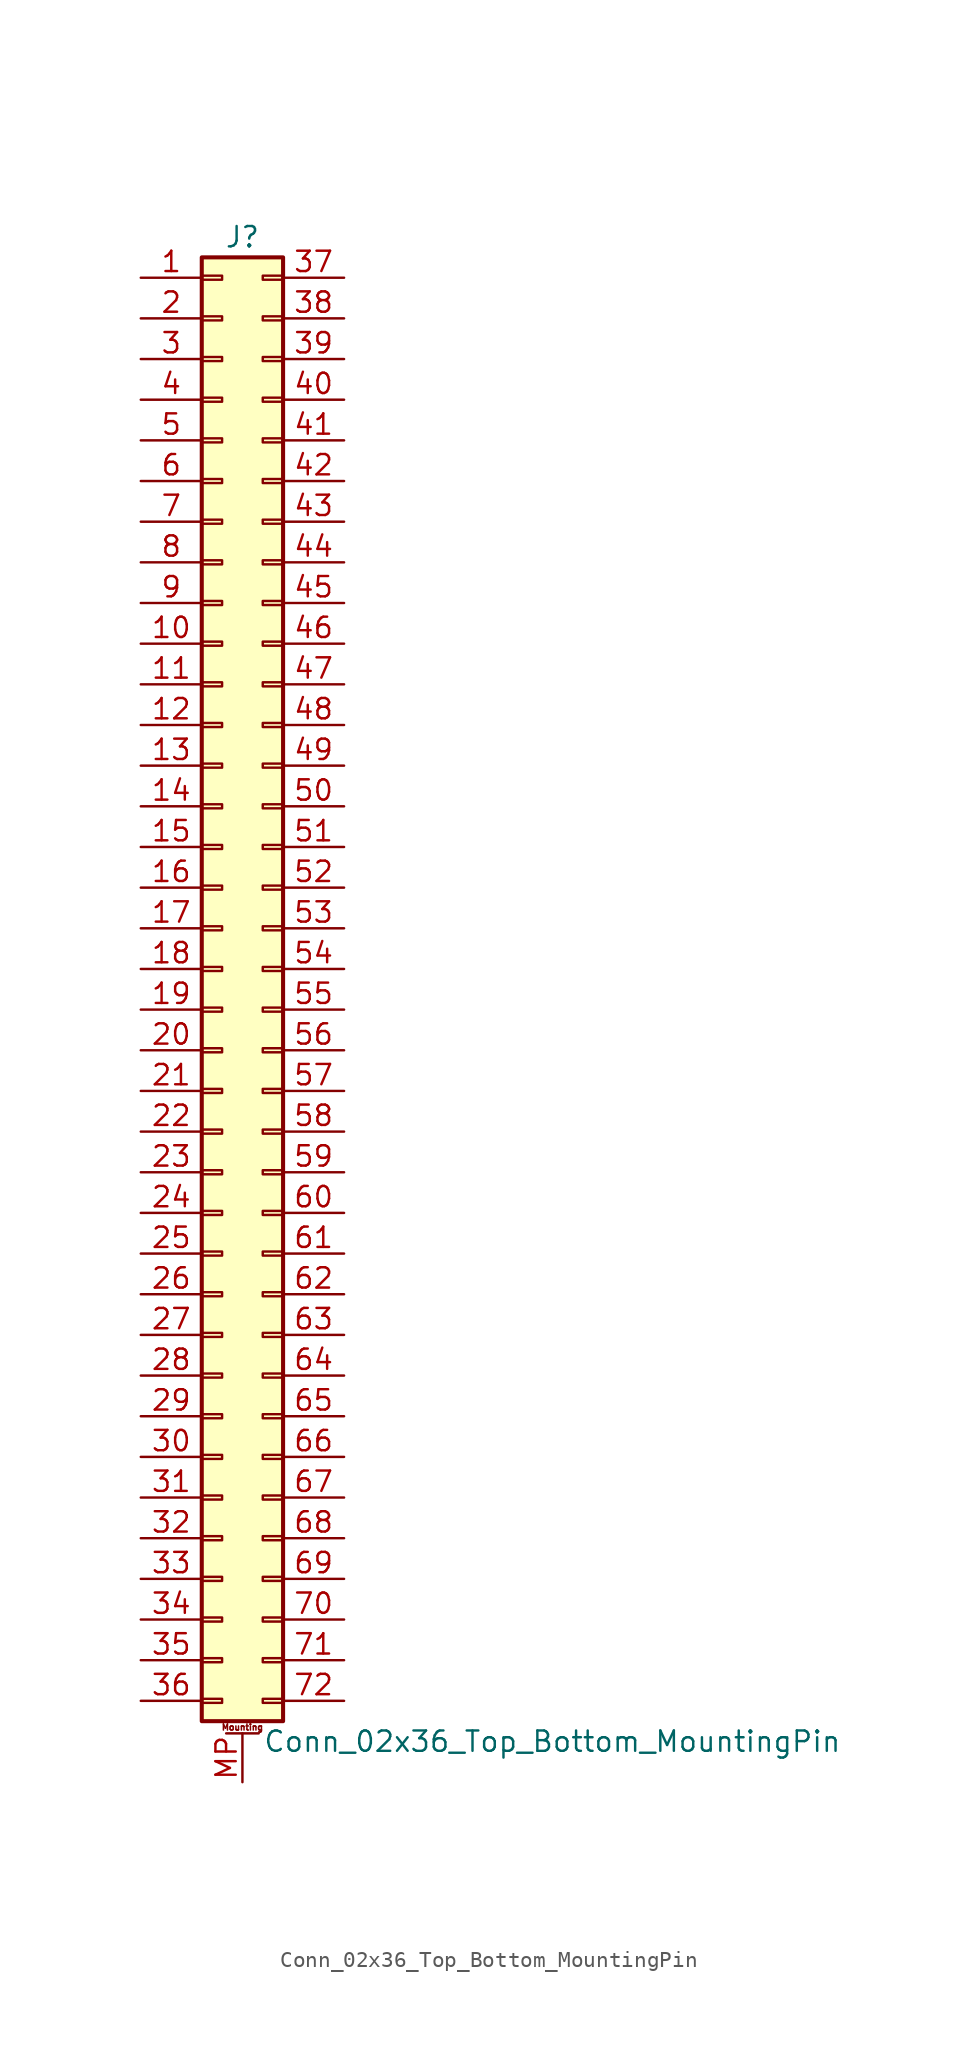
<source format=kicad_sym>
(kicad_symbol_lib
  (version 20211014)
  (generator kicad_symbol_editor)
  (symbol "Conn_02x36_Top_Bottom_MountingPin"
    (pin_names
      (offset 1.016) hide)
    (property "Reference" "J"
      (at 1.27 45.72 0)
      (effects (font (size 1.27 1.27))))
    (property "Value" "Conn_02x36_Top_Bottom_MountingPin"
      (at 2.54 -48.26 0)
      (effects (font (size 1.27 1.27)) (justify left)))
    (symbol "Conn_02x36_Top_Bottom_MountingPin_1_1"
      (rectangle (start -1.27 -45.593) (end 0 -45.847) (stroke (width 0.152) (type default) (color 0 0 0 0)) (fill (type none)))
      (rectangle (start -1.27 -43.053) (end 0 -43.307) (stroke (width 0.152) (type default) (color 0 0 0 0)) (fill (type none)))
      (rectangle (start -1.27 -40.513) (end 0 -40.767) (stroke (width 0.152) (type default) (color 0 0 0 0)) (fill (type none)))
      (rectangle (start -1.27 -37.973) (end 0 -38.227) (stroke (width 0.152) (type default) (color 0 0 0 0)) (fill (type none)))
      (rectangle (start -1.27 -35.433) (end 0 -35.687) (stroke (width 0.152) (type default) (color 0 0 0 0)) (fill (type none)))
      (rectangle (start -1.27 -32.893) (end 0 -33.147) (stroke (width 0.152) (type default) (color 0 0 0 0)) (fill (type none)))
      (rectangle (start -1.27 -30.353) (end 0 -30.607) (stroke (width 0.152) (type default) (color 0 0 0 0)) (fill (type none)))
      (rectangle (start -1.27 -27.813) (end 0 -28.067) (stroke (width 0.152) (type default) (color 0 0 0 0)) (fill (type none)))
      (rectangle (start -1.27 -25.273) (end 0 -25.527) (stroke (width 0.152) (type default) (color 0 0 0 0)) (fill (type none)))
      (rectangle (start -1.27 -22.733) (end 0 -22.987) (stroke (width 0.152) (type default) (color 0 0 0 0)) (fill (type none)))
      (rectangle (start -1.27 -20.193) (end 0 -20.447) (stroke (width 0.152) (type default) (color 0 0 0 0)) (fill (type none)))
      (rectangle (start -1.27 -17.653) (end 0 -17.907) (stroke (width 0.152) (type default) (color 0 0 0 0)) (fill (type none)))
      (rectangle (start -1.27 -15.113) (end 0 -15.367) (stroke (width 0.152) (type default) (color 0 0 0 0)) (fill (type none)))
      (rectangle (start -1.27 -12.573) (end 0 -12.827) (stroke (width 0.152) (type default) (color 0 0 0 0)) (fill (type none)))
      (rectangle (start -1.27 -10.033) (end 0 -10.287) (stroke (width 0.152) (type default) (color 0 0 0 0)) (fill (type none)))
      (rectangle (start -1.27 -7.493) (end 0 -7.747) (stroke (width 0.152) (type default) (color 0 0 0 0)) (fill (type none)))
      (rectangle (start -1.27 -4.953) (end 0 -5.207) (stroke (width 0.152) (type default) (color 0 0 0 0)) (fill (type none)))
      (rectangle (start -1.27 -2.413) (end 0 -2.667) (stroke (width 0.152) (type default) (color 0 0 0 0)) (fill (type none)))
      (rectangle (start -1.27 0.127) (end 0 -0.127) (stroke (width 0.152) (type default) (color 0 0 0 0)) (fill (type none)))
      (rectangle (start -1.27 2.667) (end 0 2.413) (stroke (width 0.152) (type default) (color 0 0 0 0)) (fill (type none)))
      (rectangle (start -1.27 5.207) (end 0 4.953) (stroke (width 0.152) (type default) (color 0 0 0 0)) (fill (type none)))
      (rectangle (start -1.27 7.747) (end 0 7.493) (stroke (width 0.152) (type default) (color 0 0 0 0)) (fill (type none)))
      (rectangle (start -1.27 10.287) (end 0 10.033) (stroke (width 0.152) (type default) (color 0 0 0 0)) (fill (type none)))
      (rectangle (start -1.27 12.827) (end 0 12.573) (stroke (width 0.152) (type default) (color 0 0 0 0)) (fill (type none)))
      (rectangle (start -1.27 15.367) (end 0 15.113) (stroke (width 0.152) (type default) (color 0 0 0 0)) (fill (type none)))
      (rectangle (start -1.27 17.907) (end 0 17.653) (stroke (width 0.152) (type default) (color 0 0 0 0)) (fill (type none)))
      (rectangle (start -1.27 20.447) (end 0 20.193) (stroke (width 0.152) (type default) (color 0 0 0 0)) (fill (type none)))
      (rectangle (start -1.27 22.987) (end 0 22.733) (stroke (width 0.152) (type default) (color 0 0 0 0)) (fill (type none)))
      (rectangle (start -1.27 25.527) (end 0 25.273) (stroke (width 0.152) (type default) (color 0 0 0 0)) (fill (type none)))
      (rectangle (start -1.27 28.067) (end 0 27.813) (stroke (width 0.152) (type default) (color 0 0 0 0)) (fill (type none)))
      (rectangle (start -1.27 30.607) (end 0 30.353) (stroke (width 0.152) (type default) (color 0 0 0 0)) (fill (type none)))
      (rectangle (start -1.27 33.147) (end 0 32.893) (stroke (width 0.152) (type default) (color 0 0 0 0)) (fill (type none)))
      (rectangle (start -1.27 35.687) (end 0 35.433) (stroke (width 0.152) (type default) (color 0 0 0 0)) (fill (type none)))
      (rectangle (start -1.27 38.227) (end 0 37.973) (stroke (width 0.152) (type default) (color 0 0 0 0)) (fill (type none)))
      (rectangle (start -1.27 40.767) (end 0 40.513) (stroke (width 0.152) (type default) (color 0 0 0 0)) (fill (type none)))
      (rectangle (start -1.27 43.307) (end 0 43.053) (stroke (width 0.152) (type default) (color 0 0 0 0)) (fill (type none)))
      (rectangle (start -1.27 44.45) (end 3.81 -46.99) (stroke (width 0.254) (type default) (color 0 0 0 0)) (fill (type background)))
      (polyline (pts (xy 0.254 -47.752) (xy 2.286 -47.752)) (stroke (width 0.152) (type default) (color 0 0 0 0)) (fill (type none)))
      (rectangle (start 3.81 -45.593) (end 2.54 -45.847) (stroke (width 0.152) (type default) (color 0 0 0 0)) (fill (type none)))
      (rectangle (start 3.81 -43.053) (end 2.54 -43.307) (stroke (width 0.152) (type default) (color 0 0 0 0)) (fill (type none)))
      (rectangle (start 3.81 -40.513) (end 2.54 -40.767) (stroke (width 0.152) (type default) (color 0 0 0 0)) (fill (type none)))
      (rectangle (start 3.81 -37.973) (end 2.54 -38.227) (stroke (width 0.152) (type default) (color 0 0 0 0)) (fill (type none)))
      (rectangle (start 3.81 -35.433) (end 2.54 -35.687) (stroke (width 0.152) (type default) (color 0 0 0 0)) (fill (type none)))
      (rectangle (start 3.81 -32.893) (end 2.54 -33.147) (stroke (width 0.152) (type default) (color 0 0 0 0)) (fill (type none)))
      (rectangle (start 3.81 -30.353) (end 2.54 -30.607) (stroke (width 0.152) (type default) (color 0 0 0 0)) (fill (type none)))
      (rectangle (start 3.81 -27.813) (end 2.54 -28.067) (stroke (width 0.152) (type default) (color 0 0 0 0)) (fill (type none)))
      (rectangle (start 3.81 -25.273) (end 2.54 -25.527) (stroke (width 0.152) (type default) (color 0 0 0 0)) (fill (type none)))
      (rectangle (start 3.81 -22.733) (end 2.54 -22.987) (stroke (width 0.152) (type default) (color 0 0 0 0)) (fill (type none)))
      (rectangle (start 3.81 -20.193) (end 2.54 -20.447) (stroke (width 0.152) (type default) (color 0 0 0 0)) (fill (type none)))
      (rectangle (start 3.81 -17.653) (end 2.54 -17.907) (stroke (width 0.152) (type default) (color 0 0 0 0)) (fill (type none)))
      (rectangle (start 3.81 -15.113) (end 2.54 -15.367) (stroke (width 0.152) (type default) (color 0 0 0 0)) (fill (type none)))
      (rectangle (start 3.81 -12.573) (end 2.54 -12.827) (stroke (width 0.152) (type default) (color 0 0 0 0)) (fill (type none)))
      (rectangle (start 3.81 -10.033) (end 2.54 -10.287) (stroke (width 0.152) (type default) (color 0 0 0 0)) (fill (type none)))
      (rectangle (start 3.81 -7.493) (end 2.54 -7.747) (stroke (width 0.152) (type default) (color 0 0 0 0)) (fill (type none)))
      (rectangle (start 3.81 -4.953) (end 2.54 -5.207) (stroke (width 0.152) (type default) (color 0 0 0 0)) (fill (type none)))
      (rectangle (start 3.81 -2.413) (end 2.54 -2.667) (stroke (width 0.152) (type default) (color 0 0 0 0)) (fill (type none)))
      (rectangle (start 3.81 0.127) (end 2.54 -0.127) (stroke (width 0.152) (type default) (color 0 0 0 0)) (fill (type none)))
      (rectangle (start 3.81 2.667) (end 2.54 2.413) (stroke (width 0.152) (type default) (color 0 0 0 0)) (fill (type none)))
      (rectangle (start 3.81 5.207) (end 2.54 4.953) (stroke (width 0.152) (type default) (color 0 0 0 0)) (fill (type none)))
      (rectangle (start 3.81 7.747) (end 2.54 7.493) (stroke (width 0.152) (type default) (color 0 0 0 0)) (fill (type none)))
      (rectangle (start 3.81 10.287) (end 2.54 10.033) (stroke (width 0.152) (type default) (color 0 0 0 0)) (fill (type none)))
      (rectangle (start 3.81 12.827) (end 2.54 12.573) (stroke (width 0.152) (type default) (color 0 0 0 0)) (fill (type none)))
      (rectangle (start 3.81 15.367) (end 2.54 15.113) (stroke (width 0.152) (type default) (color 0 0 0 0)) (fill (type none)))
      (rectangle (start 3.81 17.907) (end 2.54 17.653) (stroke (width 0.152) (type default) (color 0 0 0 0)) (fill (type none)))
      (rectangle (start 3.81 20.447) (end 2.54 20.193) (stroke (width 0.152) (type default) (color 0 0 0 0)) (fill (type none)))
      (rectangle (start 3.81 22.987) (end 2.54 22.733) (stroke (width 0.152) (type default) (color 0 0 0 0)) (fill (type none)))
      (rectangle (start 3.81 25.527) (end 2.54 25.273) (stroke (width 0.152) (type default) (color 0 0 0 0)) (fill (type none)))
      (rectangle (start 3.81 28.067) (end 2.54 27.813) (stroke (width 0.152) (type default) (color 0 0 0 0)) (fill (type none)))
      (rectangle (start 3.81 30.607) (end 2.54 30.353) (stroke (width 0.152) (type default) (color 0 0 0 0)) (fill (type none)))
      (rectangle (start 3.81 33.147) (end 2.54 32.893) (stroke (width 0.152) (type default) (color 0 0 0 0)) (fill (type none)))
      (rectangle (start 3.81 35.687) (end 2.54 35.433) (stroke (width 0.152) (type default) (color 0 0 0 0)) (fill (type none)))
      (rectangle (start 3.81 38.227) (end 2.54 37.973) (stroke (width 0.152) (type default) (color 0 0 0 0)) (fill (type none)))
      (rectangle (start 3.81 40.767) (end 2.54 40.513) (stroke (width 0.152) (type default) (color 0 0 0 0)) (fill (type none)))
      (rectangle (start 3.81 43.307) (end 2.54 43.053) (stroke (width 0.152) (type default) (color 0 0 0 0)) (fill (type none)))
      (text "Mounting" (at 1.27 -47.371 0) (effects (font (size 0.381 0.381))))
      (pin passive line (at -5.08 43.18 0) (length 3.81) (name "Pin_1" (effects (font (size 1.27 1.27)))) (number "1" (effects (font (size 1.27 1.27)))))
      (pin passive line (at -5.08 20.32 0) (length 3.81) (name "Pin_10" (effects (font (size 1.27 1.27)))) (number "10" (effects (font (size 1.27 1.27)))))
      (pin passive line (at -5.08 17.78 0) (length 3.81) (name "Pin_11" (effects (font (size 1.27 1.27)))) (number "11" (effects (font (size 1.27 1.27)))))
      (pin passive line (at -5.08 15.24 0) (length 3.81) (name "Pin_12" (effects (font (size 1.27 1.27)))) (number "12" (effects (font (size 1.27 1.27)))))
      (pin passive line (at -5.08 12.7 0) (length 3.81) (name "Pin_13" (effects (font (size 1.27 1.27)))) (number "13" (effects (font (size 1.27 1.27)))))
      (pin passive line (at -5.08 10.16 0) (length 3.81) (name "Pin_14" (effects (font (size 1.27 1.27)))) (number "14" (effects (font (size 1.27 1.27)))))
      (pin passive line (at -5.08 7.62 0) (length 3.81) (name "Pin_15" (effects (font (size 1.27 1.27)))) (number "15" (effects (font (size 1.27 1.27)))))
      (pin passive line (at -5.08 5.08 0) (length 3.81) (name "Pin_16" (effects (font (size 1.27 1.27)))) (number "16" (effects (font (size 1.27 1.27)))))
      (pin passive line (at -5.08 2.54 0) (length 3.81) (name "Pin_17" (effects (font (size 1.27 1.27)))) (number "17" (effects (font (size 1.27 1.27)))))
      (pin passive line (at -5.08 0 0) (length 3.81) (name "Pin_18" (effects (font (size 1.27 1.27)))) (number "18" (effects (font (size 1.27 1.27)))))
      (pin passive line (at -5.08 -2.54 0) (length 3.81) (name "Pin_19" (effects (font (size 1.27 1.27)))) (number "19" (effects (font (size 1.27 1.27)))))
      (pin passive line (at -5.08 40.64 0) (length 3.81) (name "Pin_2" (effects (font (size 1.27 1.27)))) (number "2" (effects (font (size 1.27 1.27)))))
      (pin passive line (at -5.08 -5.08 0) (length 3.81) (name "Pin_20" (effects (font (size 1.27 1.27)))) (number "20" (effects (font (size 1.27 1.27)))))
      (pin passive line (at -5.08 -7.62 0) (length 3.81) (name "Pin_21" (effects (font (size 1.27 1.27)))) (number "21" (effects (font (size 1.27 1.27)))))
      (pin passive line (at -5.08 -10.16 0) (length 3.81) (name "Pin_22" (effects (font (size 1.27 1.27)))) (number "22" (effects (font (size 1.27 1.27)))))
      (pin passive line (at -5.08 -12.7 0) (length 3.81) (name "Pin_23" (effects (font (size 1.27 1.27)))) (number "23" (effects (font (size 1.27 1.27)))))
      (pin passive line (at -5.08 -15.24 0) (length 3.81) (name "Pin_24" (effects (font (size 1.27 1.27)))) (number "24" (effects (font (size 1.27 1.27)))))
      (pin passive line (at -5.08 -17.78 0) (length 3.81) (name "Pin_25" (effects (font (size 1.27 1.27)))) (number "25" (effects (font (size 1.27 1.27)))))
      (pin passive line (at -5.08 -20.32 0) (length 3.81) (name "Pin_26" (effects (font (size 1.27 1.27)))) (number "26" (effects (font (size 1.27 1.27)))))
      (pin passive line (at -5.08 -22.86 0) (length 3.81) (name "Pin_27" (effects (font (size 1.27 1.27)))) (number "27" (effects (font (size 1.27 1.27)))))
      (pin passive line (at -5.08 -25.4 0) (length 3.81) (name "Pin_28" (effects (font (size 1.27 1.27)))) (number "28" (effects (font (size 1.27 1.27)))))
      (pin passive line (at -5.08 -27.94 0) (length 3.81) (name "Pin_29" (effects (font (size 1.27 1.27)))) (number "29" (effects (font (size 1.27 1.27)))))
      (pin passive line (at -5.08 38.1 0) (length 3.81) (name "Pin_3" (effects (font (size 1.27 1.27)))) (number "3" (effects (font (size 1.27 1.27)))))
      (pin passive line (at -5.08 -30.48 0) (length 3.81) (name "Pin_30" (effects (font (size 1.27 1.27)))) (number "30" (effects (font (size 1.27 1.27)))))
      (pin passive line (at -5.08 -33.02 0) (length 3.81) (name "Pin_31" (effects (font (size 1.27 1.27)))) (number "31" (effects (font (size 1.27 1.27)))))
      (pin passive line (at -5.08 -35.56 0) (length 3.81) (name "Pin_32" (effects (font (size 1.27 1.27)))) (number "32" (effects (font (size 1.27 1.27)))))
      (pin passive line (at -5.08 -38.1 0) (length 3.81) (name "Pin_33" (effects (font (size 1.27 1.27)))) (number "33" (effects (font (size 1.27 1.27)))))
      (pin passive line (at -5.08 -40.64 0) (length 3.81) (name "Pin_34" (effects (font (size 1.27 1.27)))) (number "34" (effects (font (size 1.27 1.27)))))
      (pin passive line (at -5.08 -43.18 0) (length 3.81) (name "Pin_35" (effects (font (size 1.27 1.27)))) (number "35" (effects (font (size 1.27 1.27)))))
      (pin passive line (at -5.08 -45.72 0) (length 3.81) (name "Pin_36" (effects (font (size 1.27 1.27)))) (number "36" (effects (font (size 1.27 1.27)))))
      (pin passive line (at 7.62 43.18 180) (length 3.81) (name "Pin_37" (effects (font (size 1.27 1.27)))) (number "37" (effects (font (size 1.27 1.27)))))
      (pin passive line (at 7.62 40.64 180) (length 3.81) (name "Pin_38" (effects (font (size 1.27 1.27)))) (number "38" (effects (font (size 1.27 1.27)))))
      (pin passive line (at 7.62 38.1 180) (length 3.81) (name "Pin_39" (effects (font (size 1.27 1.27)))) (number "39" (effects (font (size 1.27 1.27)))))
      (pin passive line (at -5.08 35.56 0) (length 3.81) (name "Pin_4" (effects (font (size 1.27 1.27)))) (number "4" (effects (font (size 1.27 1.27)))))
      (pin passive line (at 7.62 35.56 180) (length 3.81) (name "Pin_40" (effects (font (size 1.27 1.27)))) (number "40" (effects (font (size 1.27 1.27)))))
      (pin passive line (at 7.62 33.02 180) (length 3.81) (name "Pin_41" (effects (font (size 1.27 1.27)))) (number "41" (effects (font (size 1.27 1.27)))))
      (pin passive line (at 7.62 30.48 180) (length 3.81) (name "Pin_42" (effects (font (size 1.27 1.27)))) (number "42" (effects (font (size 1.27 1.27)))))
      (pin passive line (at 7.62 27.94 180) (length 3.81) (name "Pin_43" (effects (font (size 1.27 1.27)))) (number "43" (effects (font (size 1.27 1.27)))))
      (pin passive line (at 7.62 25.4 180) (length 3.81) (name "Pin_44" (effects (font (size 1.27 1.27)))) (number "44" (effects (font (size 1.27 1.27)))))
      (pin passive line (at 7.62 22.86 180) (length 3.81) (name "Pin_45" (effects (font (size 1.27 1.27)))) (number "45" (effects (font (size 1.27 1.27)))))
      (pin passive line (at 7.62 20.32 180) (length 3.81) (name "Pin_46" (effects (font (size 1.27 1.27)))) (number "46" (effects (font (size 1.27 1.27)))))
      (pin passive line (at 7.62 17.78 180) (length 3.81) (name "Pin_47" (effects (font (size 1.27 1.27)))) (number "47" (effects (font (size 1.27 1.27)))))
      (pin passive line (at 7.62 15.24 180) (length 3.81) (name "Pin_48" (effects (font (size 1.27 1.27)))) (number "48" (effects (font (size 1.27 1.27)))))
      (pin passive line (at 7.62 12.7 180) (length 3.81) (name "Pin_49" (effects (font (size 1.27 1.27)))) (number "49" (effects (font (size 1.27 1.27)))))
      (pin passive line (at -5.08 33.02 0) (length 3.81) (name "Pin_5" (effects (font (size 1.27 1.27)))) (number "5" (effects (font (size 1.27 1.27)))))
      (pin passive line (at 7.62 10.16 180) (length 3.81) (name "Pin_50" (effects (font (size 1.27 1.27)))) (number "50" (effects (font (size 1.27 1.27)))))
      (pin passive line (at 7.62 7.62 180) (length 3.81) (name "Pin_51" (effects (font (size 1.27 1.27)))) (number "51" (effects (font (size 1.27 1.27)))))
      (pin passive line (at 7.62 5.08 180) (length 3.81) (name "Pin_52" (effects (font (size 1.27 1.27)))) (number "52" (effects (font (size 1.27 1.27)))))
      (pin passive line (at 7.62 2.54 180) (length 3.81) (name "Pin_53" (effects (font (size 1.27 1.27)))) (number "53" (effects (font (size 1.27 1.27)))))
      (pin passive line (at 7.62 0 180) (length 3.81) (name "Pin_54" (effects (font (size 1.27 1.27)))) (number "54" (effects (font (size 1.27 1.27)))))
      (pin passive line (at 7.62 -2.54 180) (length 3.81) (name "Pin_55" (effects (font (size 1.27 1.27)))) (number "55" (effects (font (size 1.27 1.27)))))
      (pin passive line (at 7.62 -5.08 180) (length 3.81) (name "Pin_56" (effects (font (size 1.27 1.27)))) (number "56" (effects (font (size 1.27 1.27)))))
      (pin passive line (at 7.62 -7.62 180) (length 3.81) (name "Pin_57" (effects (font (size 1.27 1.27)))) (number "57" (effects (font (size 1.27 1.27)))))
      (pin passive line (at 7.62 -10.16 180) (length 3.81) (name "Pin_58" (effects (font (size 1.27 1.27)))) (number "58" (effects (font (size 1.27 1.27)))))
      (pin passive line (at 7.62 -12.7 180) (length 3.81) (name "Pin_59" (effects (font (size 1.27 1.27)))) (number "59" (effects (font (size 1.27 1.27)))))
      (pin passive line (at -5.08 30.48 0) (length 3.81) (name "Pin_6" (effects (font (size 1.27 1.27)))) (number "6" (effects (font (size 1.27 1.27)))))
      (pin passive line (at 7.62 -15.24 180) (length 3.81) (name "Pin_60" (effects (font (size 1.27 1.27)))) (number "60" (effects (font (size 1.27 1.27)))))
      (pin passive line (at 7.62 -17.78 180) (length 3.81) (name "Pin_61" (effects (font (size 1.27 1.27)))) (number "61" (effects (font (size 1.27 1.27)))))
      (pin passive line (at 7.62 -20.32 180) (length 3.81) (name "Pin_62" (effects (font (size 1.27 1.27)))) (number "62" (effects (font (size 1.27 1.27)))))
      (pin passive line (at 7.62 -22.86 180) (length 3.81) (name "Pin_63" (effects (font (size 1.27 1.27)))) (number "63" (effects (font (size 1.27 1.27)))))
      (pin passive line (at 7.62 -25.4 180) (length 3.81) (name "Pin_64" (effects (font (size 1.27 1.27)))) (number "64" (effects (font (size 1.27 1.27)))))
      (pin passive line (at 7.62 -27.94 180) (length 3.81) (name "Pin_65" (effects (font (size 1.27 1.27)))) (number "65" (effects (font (size 1.27 1.27)))))
      (pin passive line (at 7.62 -30.48 180) (length 3.81) (name "Pin_66" (effects (font (size 1.27 1.27)))) (number "66" (effects (font (size 1.27 1.27)))))
      (pin passive line (at 7.62 -33.02 180) (length 3.81) (name "Pin_67" (effects (font (size 1.27 1.27)))) (number "67" (effects (font (size 1.27 1.27)))))
      (pin passive line (at 7.62 -35.56 180) (length 3.81) (name "Pin_68" (effects (font (size 1.27 1.27)))) (number "68" (effects (font (size 1.27 1.27)))))
      (pin passive line (at 7.62 -38.1 180) (length 3.81) (name "Pin_69" (effects (font (size 1.27 1.27)))) (number "69" (effects (font (size 1.27 1.27)))))
      (pin passive line (at -5.08 27.94 0) (length 3.81) (name "Pin_7" (effects (font (size 1.27 1.27)))) (number "7" (effects (font (size 1.27 1.27)))))
      (pin passive line (at 7.62 -40.64 180) (length 3.81) (name "Pin_70" (effects (font (size 1.27 1.27)))) (number "70" (effects (font (size 1.27 1.27)))))
      (pin passive line (at 7.62 -43.18 180) (length 3.81) (name "Pin_71" (effects (font (size 1.27 1.27)))) (number "71" (effects (font (size 1.27 1.27)))))
      (pin passive line (at 7.62 -45.72 180) (length 3.81) (name "Pin_72" (effects (font (size 1.27 1.27)))) (number "72" (effects (font (size 1.27 1.27)))))
      (pin passive line (at -5.08 25.4 0) (length 3.81) (name "Pin_8" (effects (font (size 1.27 1.27)))) (number "8" (effects (font (size 1.27 1.27)))))
      (pin passive line (at -5.08 22.86 0) (length 3.81) (name "Pin_9" (effects (font (size 1.27 1.27)))) (number "9" (effects (font (size 1.27 1.27)))))
      (pin passive line (at 1.27 -50.8 90) (length 3.048) (name "MountPin" (effects (font (size 1.27 1.27)))) (number "MP" (effects (font (size 1.27 1.27))))))))
</source>
